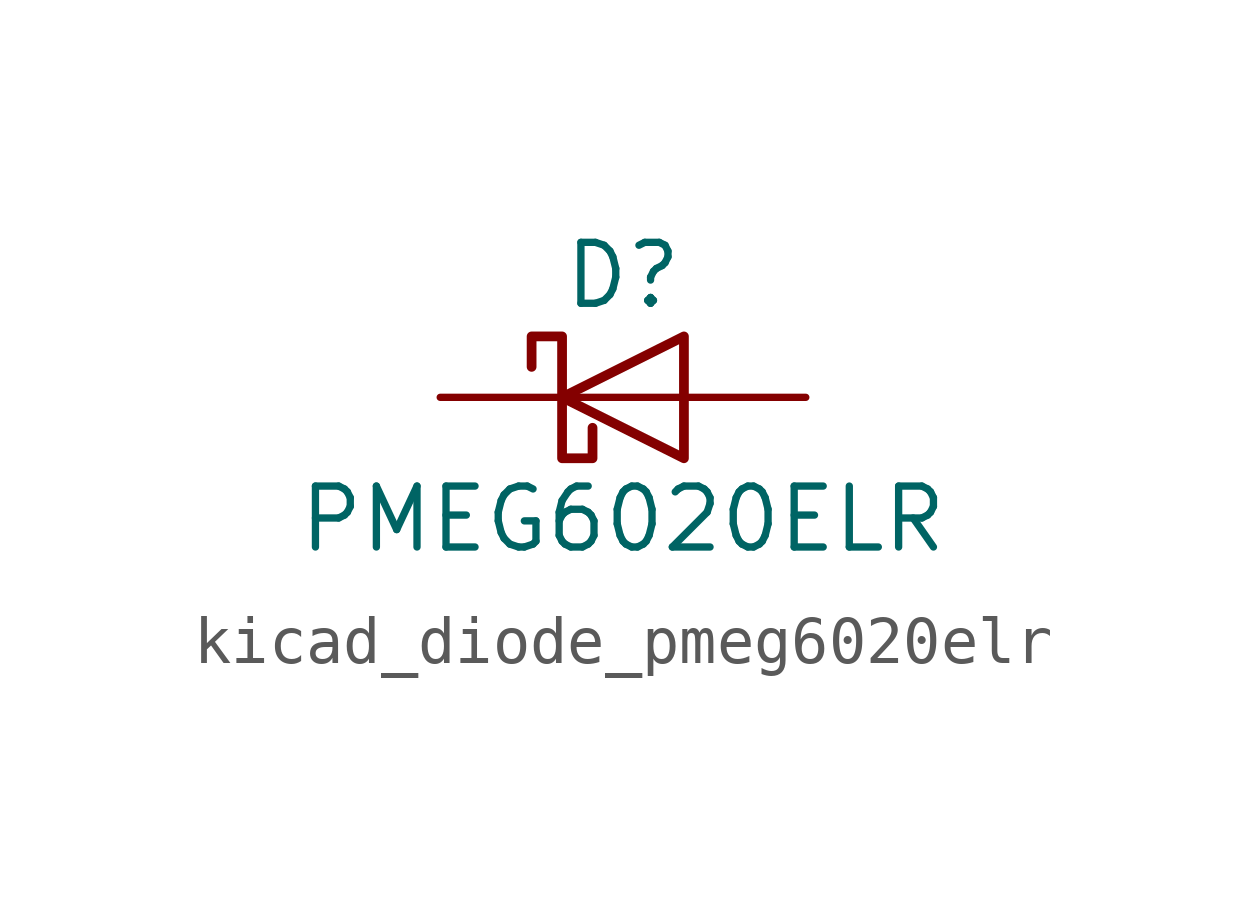
<source format=kicad_sym>
(kicad_symbol_lib
  (version 20220914)
  (generator kicad_symbol_editor)
  (symbol "kicad_diode_pmeg6020elr"
    (pin_numbers hide)
    (pin_names hide)
    (property "Reference" "D"
      (at 0 2.54 0)
      (effects (font (size 1.27 1.27))))
    (property "Value" "PMEG6020ELR"
      (at 0 -2.54 0)
      (effects (font (size 1.27 1.27))))
    (symbol "kicad_diode_pmeg6020elr_0_1"
      (polyline (pts (xy 1.27 0) (xy -1.27 0)) (stroke (width 0) (type default)) (fill (type none)))
      (polyline (pts (xy 1.27 1.27) (xy 1.27 -1.27) (xy -1.27 0) (xy 1.27 1.27)) (stroke (width 0.203) (type default)) (fill (type none)))
      (polyline (pts (xy -1.905 0.635) (xy -1.905 1.27) (xy -1.27 1.27) (xy -1.27 -1.27) (xy -0.635 -1.27) (xy -0.635 -0.635)) (stroke (width 0.203) (type default)) (fill (type none))))
    (symbol "kicad_diode_pmeg6020elr_1_1"
      (pin passive line (at -3.81 0 0) (length 2.54) (name "K" (effects (font (size 1.27 1.27)))) (number "1" (effects (font (size 1.27 1.27)))))
      (pin passive line (at 3.81 0 180) (length 2.54) (name "A" (effects (font (size 1.27 1.27)))) (number "2" (effects (font (size 1.27 1.27))))))))
</source>
